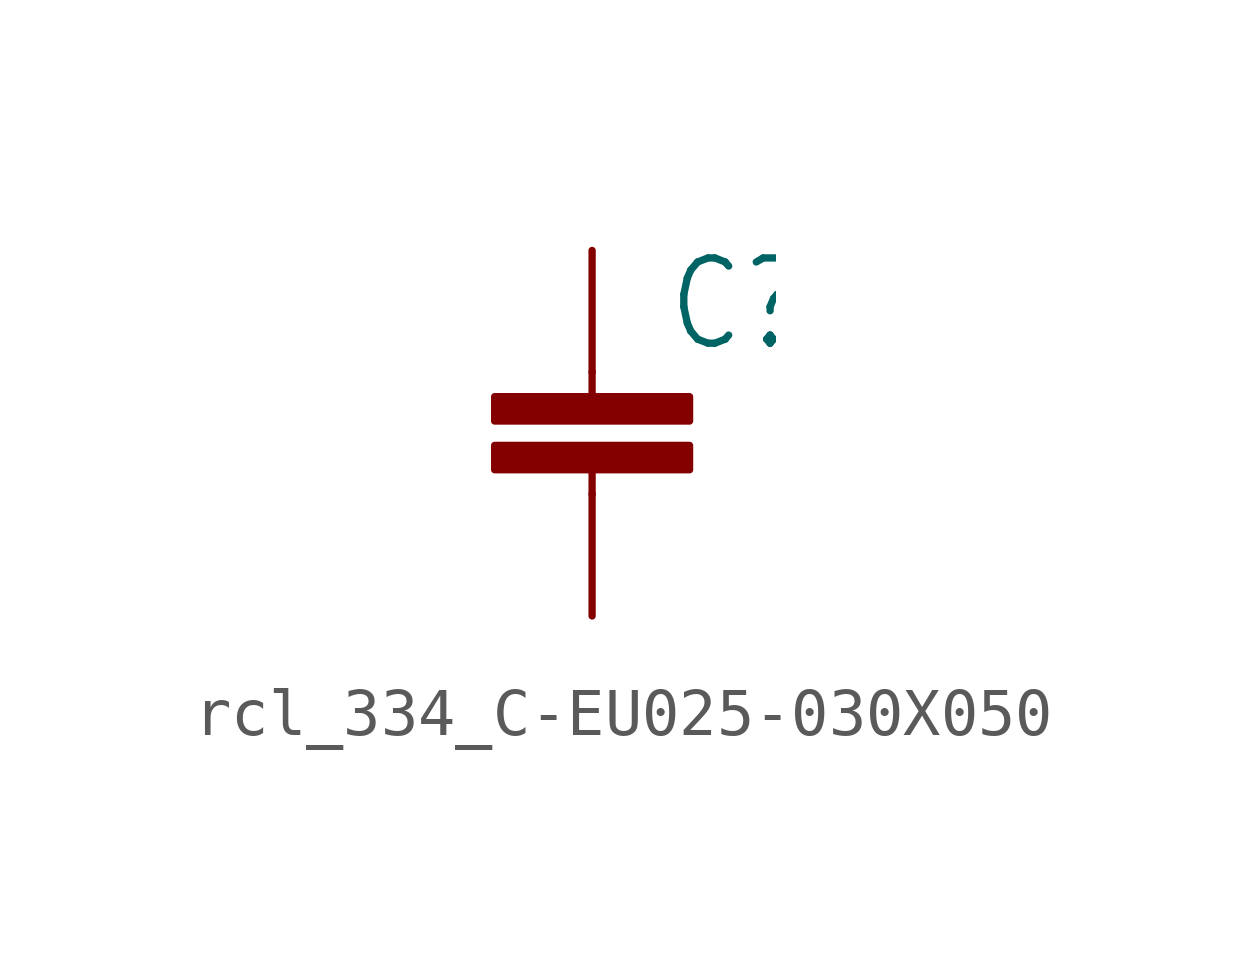
<source format=kicad_sym>
(kicad_symbol_lib
  (version 20241209)
  (generator "kicad_symbol_editor")
  (generator_version "9.0")
  (symbol "rcl_334_C-EU025-030X050"
    (property "Reference" "C"
      (at 1.524 0.381 0)
      (effects (font (size 1.778 1.511)) (justify left bottom)))
    (property "Value" ""
      (at 1.524 -4.699 0)
      (effects (font (size 1.778 1.511)) (justify left bottom)))
    (property "ki_locked" ""
      (at 0 0 0)
      (effects (font (size 1.27 1.27))))
    (symbol "rcl_334_C-EU025-030X050_1_0"
      (rectangle (start -2.032 -1.016) (end 2.032 -0.508) (stroke (width 0) (type default)) (fill (type outline)))
      (rectangle (start -2.032 -2.032) (end 2.032 -1.524) (stroke (width 0) (type default)) (fill (type outline)))
      (polyline (pts (xy 0 0) (xy 0 -0.508)) (stroke (width 0.152) (type solid)) (fill (type none)))
      (polyline (pts (xy 0 -2.54) (xy 0 -2.032)) (stroke (width 0.152) (type solid)) (fill (type none)))
      (pin passive line (at 0 2.54 270) (length 2.54) (name "1" (effects (font (size 0 0)))) (number "1" (effects (font (size 0 0)))))
      (pin passive line (at 0 -5.08 90) (length 2.54) (name "2" (effects (font (size 0 0)))) (number "2" (effects (font (size 0 0))))))))
</source>
